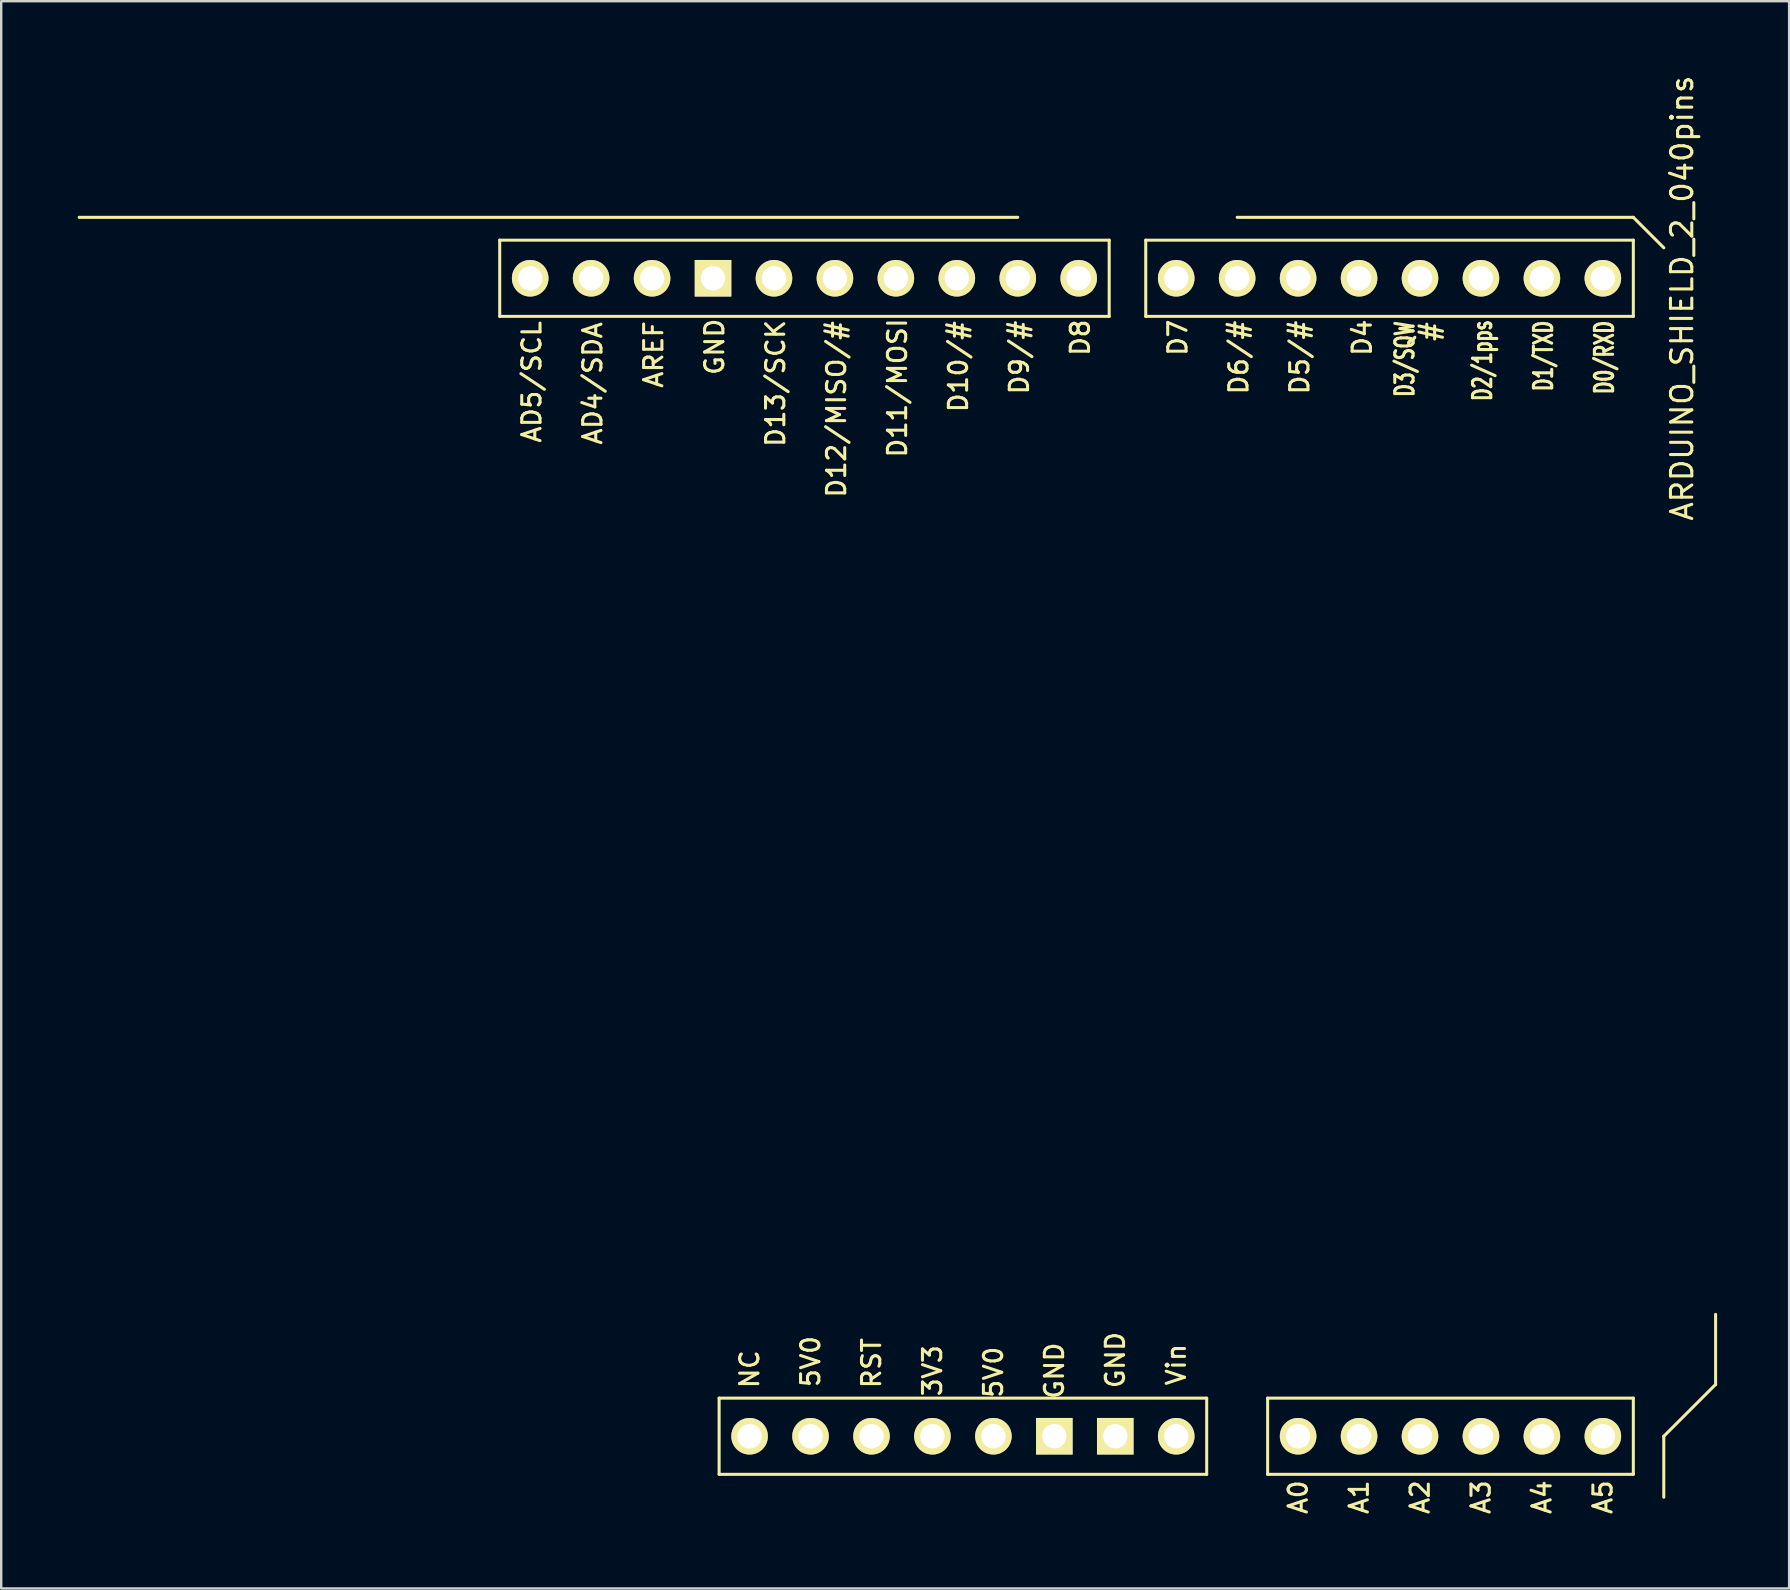
<source format=kicad_pcb>
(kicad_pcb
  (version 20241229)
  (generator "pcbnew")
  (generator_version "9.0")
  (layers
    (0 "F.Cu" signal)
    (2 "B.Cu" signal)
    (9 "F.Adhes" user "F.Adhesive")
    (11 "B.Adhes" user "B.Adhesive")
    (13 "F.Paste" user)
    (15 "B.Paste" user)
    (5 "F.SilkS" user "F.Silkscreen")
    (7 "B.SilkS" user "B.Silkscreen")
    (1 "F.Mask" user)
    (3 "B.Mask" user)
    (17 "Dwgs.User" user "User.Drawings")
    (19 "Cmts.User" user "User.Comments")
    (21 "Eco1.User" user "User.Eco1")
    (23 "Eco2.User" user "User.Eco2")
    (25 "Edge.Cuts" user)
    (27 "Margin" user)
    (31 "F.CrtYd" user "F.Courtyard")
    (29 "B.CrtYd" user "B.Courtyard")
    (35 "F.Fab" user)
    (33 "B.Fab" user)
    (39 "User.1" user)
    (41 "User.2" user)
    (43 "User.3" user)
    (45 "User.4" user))
  (footprint "ARDUINO_SHIELD_2_040pins"
    (layer "F.Cu")
    (at 0.25 59.347)
    (property "Reference" "ARDUINO_SHIELD_2_040pins" (at 66.802 -49.974 90) (layer "F.SilkS") (effects (font (size 0.889 0.889) (thickness 0.127))))
    (attr smd)
    (fp_line (start 0 -53.34) (end 39.116 -53.34) (stroke (width 0.127) (type solid)) (layer "F.SilkS"))
    (fp_line (start 17.526 -52.388) (end 17.526 -49.212) (stroke (width 0.127) (type solid)) (layer "F.SilkS"))
    (fp_line (start 17.526 -49.212) (end 42.926 -49.212) (stroke (width 0.127) (type solid)) (layer "F.SilkS"))
    (fp_line (start 26.67 -4.128) (end 26.67 -0.953) (stroke (width 0.127) (type solid)) (layer "F.SilkS"))
    (fp_line (start 26.67 -0.953) (end 46.99 -0.953) (stroke (width 0.127) (type solid)) (layer "F.SilkS"))
    (fp_line (start 42.926 -52.388) (end 17.526 -52.388) (stroke (width 0.127) (type solid)) (layer "F.SilkS"))
    (fp_line (start 42.926 -49.212) (end 42.926 -52.388) (stroke (width 0.127) (type solid)) (layer "F.SilkS"))
    (fp_line (start 44.45 -52.388) (end 44.45 -49.212) (stroke (width 0.127) (type solid)) (layer "F.SilkS"))
    (fp_line (start 44.45 -49.212) (end 64.77 -49.212) (stroke (width 0.127) (type solid)) (layer "F.SilkS"))
    (fp_line (start 46.99 -4.128) (end 26.67 -4.128) (stroke (width 0.127) (type solid)) (layer "F.SilkS"))
    (fp_line (start 46.99 -0.953) (end 46.99 -4.128) (stroke (width 0.127) (type solid)) (layer "F.SilkS"))
    (fp_line (start 49.53 -4.128) (end 49.53 -0.953) (stroke (width 0.127) (type solid)) (layer "F.SilkS"))
    (fp_line (start 49.53 -4.128) (end 64.77 -4.128) (stroke (width 0.127) (type solid)) (layer "F.SilkS"))
    (fp_line (start 64.77 -53.34) (end 48.26 -53.34) (stroke (width 0.127) (type solid)) (layer "F.SilkS"))
    (fp_line (start 64.77 -52.388) (end 44.45 -52.388) (stroke (width 0.127) (type solid)) (layer "F.SilkS"))
    (fp_line (start 64.77 -49.212) (end 64.77 -52.388) (stroke (width 0.127) (type solid)) (layer "F.SilkS"))
    (fp_line (start 64.77 -0.953) (end 49.53 -0.953) (stroke (width 0.127) (type solid)) (layer "F.SilkS"))
    (fp_line (start 64.77 -0.953) (end 64.77 -4.128) (stroke (width 0.127) (type solid)) (layer "F.SilkS"))
    (fp_line (start 66.04 -52.07) (end 64.77 -53.34) (stroke (width 0.127) (type solid)) (layer "F.SilkS"))
    (fp_line (start 66.04 0) (end 66.04 -2.54) (stroke (width 0.127) (type solid)) (layer "F.SilkS"))
    (fp_line (start 68.199 -4.699) (end 66.04 -2.54) (stroke (width 0.127) (type solid)) (layer "F.SilkS"))
    (fp_line (start 68.199 -4.699) (end 68.199 -7.62) (stroke (width 0.127) (type solid)) (layer "F.SilkS"))
    (fp_text user "#" (at 56.325 -48.578 90) (layer "F.SilkS") (effects (font (size 0.762 0.762) (thickness 0.127))))
    (fp_text user "D0/RXD" (at 63.563 -47.498 90) (layer "F.SilkS") (effects (font (size 0.762 0.508) (thickness 0.127))))
    (fp_text user "GND" (at 26.48 -47.943 90) (layer "F.SilkS") (effects (font (size 0.762 0.762) (thickness 0.127))))
    (fp_text user "D2/1pps" (at 58.483 -47.371 90) (layer "F.SilkS") (effects (font (size 0.762 0.508) (thickness 0.127))))
    (fp_text user "D7" (at 45.783 -48.324 90) (layer "F.SilkS") (effects (font (size 0.762 0.762) (thickness 0.127))))
    (fp_text user "GND" (at 43.18 -5.715 90) (layer "F.SilkS") (effects (font (size 0.762 0.762) (thickness 0.127))))
    (fp_text user "D1/TXD" (at 61.023 -47.562 90) (layer "F.SilkS") (effects (font (size 0.762 0.508) (thickness 0.127))))
    (fp_text user "A2" (at 55.88 0 90) (layer "F.SilkS") (effects (font (size 0.762 0.762) (thickness 0.127))))
    (fp_text user "Vin" (at 45.72 -5.524 90) (layer "F.SilkS") (effects (font (size 0.762 0.762) (thickness 0.127))))
    (fp_text user "D8" (at 41.719 -48.324 90) (layer "F.SilkS") (effects (font (size 0.762 0.762) (thickness 0.127))))
    (fp_text user "D10/#" (at 36.639 -47.117 90) (layer "F.SilkS") (effects (font (size 0.762 0.762) (thickness 0.127))))
    (fp_text user "D11/MOSI" (at 34.099 -46.228 90) (layer "F.SilkS") (effects (font (size 0.762 0.762) (thickness 0.127))))
    (fp_text user "5V0" (at 30.48 -5.652 90) (layer "F.SilkS") (effects (font (size 0.762 0.762) (thickness 0.127))))
    (fp_text user "AD4/SDA" (at 21.399 -46.419 90) (layer "F.SilkS") (effects (font (size 0.762 0.762) (thickness 0.127))))
    (fp_text user "GND" (at 40.64 -5.271 90) (layer "F.SilkS") (effects (font (size 0.762 0.762) (thickness 0.127))))
    (fp_text user "AD5/SCL" (at 18.86 -46.482 90) (layer "F.SilkS") (effects (font (size 0.762 0.762) (thickness 0.127))))
    (fp_text user "D12/MISO/#" (at 31.559 -45.339 90) (layer "F.SilkS") (effects (font (size 0.762 0.762) (thickness 0.127))))
    (fp_text user "3V3" (at 35.56 -5.271 90) (layer "F.SilkS") (effects (font (size 0.762 0.762) (thickness 0.127))))
    (fp_text user "D13/SCK" (at 29.02 -46.419 90) (layer "F.SilkS") (effects (font (size 0.762 0.762) (thickness 0.127))))
    (fp_text user "D5/#" (at 50.864 -47.498 90) (layer "F.SilkS") (effects (font (size 0.762 0.762) (thickness 0.127))))
    (fp_text user "NC" (at 27.94 -5.334 90) (layer "F.SilkS") (effects (font (size 0.762 0.762) (thickness 0.127))))
    (fp_text user "AREF" (at 23.939 -47.625 90) (layer "F.SilkS") (effects (font (size 0.762 0.762) (thickness 0.127))))
    (fp_text user "A3" (at 58.42 0 90) (layer "F.SilkS") (effects (font (size 0.762 0.762) (thickness 0.127))))
    (fp_text user "D4" (at 53.467 -48.324 90) (layer "F.SilkS") (effects (font (size 0.762 0.762) (thickness 0.127))))
    (fp_text user "5V0" (at 38.1 -5.207 90) (layer "F.SilkS") (effects (font (size 0.762 0.762) (thickness 0.127))))
    (fp_text user "D9/#" (at 39.179 -47.498 90) (layer "F.SilkS") (effects (font (size 0.762 0.762) (thickness 0.127))))
    (fp_text user "A5" (at 63.5 0 90) (layer "F.SilkS") (effects (font (size 0.762 0.762) (thickness 0.127))))
    (fp_text user "A0" (at 50.8 0 90) (layer "F.SilkS") (effects (font (size 0.762 0.762) (thickness 0.127))))
    (fp_text user "A4" (at 60.96 0 90) (layer "F.SilkS") (effects (font (size 0.762 0.762) (thickness 0.127))))
    (fp_text user "D6/#" (at 48.324 -47.498 90) (layer "F.SilkS") (effects (font (size 0.762 0.762) (thickness 0.127))))
    (fp_text user "A1" (at 53.34 0 90) (layer "F.SilkS") (effects (font (size 0.762 0.762) (thickness 0.127))))
    (fp_text user "D3/SQW" (at 55.245 -47.434 90) (layer "F.SilkS") (effects (font (size 0.762 0.508) (thickness 0.127))))
    (fp_text user "RST" (at 33.02 -5.588 90) (layer "F.SilkS") (effects (font (size 0.762 0.762) (thickness 0.127))))
    (pad "0" thru_hole circle (at 63.5 -50.8) (size 1.524 1.524) (drill 1.016) (layers "*.Cu" "*.Mask" "F.SilkS"))
    (pad "1" thru_hole circle (at 60.96 -50.8) (size 1.524 1.524) (drill 1.016) (layers "*.Cu" "*.Mask" "F.SilkS"))
    (pad "2" thru_hole circle (at 58.42 -50.8) (size 1.524 1.524) (drill 1.016) (layers "*.Cu" "*.Mask" "F.SilkS"))
    (pad "3" thru_hole circle (at 55.88 -50.8) (size 1.524 1.524) (drill 1.016) (layers "*.Cu" "*.Mask" "F.SilkS"))
    (pad "3V3" thru_hole circle (at 35.56 -2.54) (size 1.524 1.524) (drill 1.016) (layers "*.Cu" "*.Mask" "F.SilkS"))
    (pad "4" thru_hole circle (at 53.34 -50.8) (size 1.524 1.524) (drill 1.016) (layers "*.Cu" "*.Mask" "F.SilkS"))
    (pad "5" thru_hole circle (at 50.8 -50.8) (size 1.524 1.524) (drill 1.016) (layers "*.Cu" "*.Mask" "F.SilkS"))
    (pad "5V" thru_hole circle (at 30.48 -2.54) (size 1.524 1.524) (drill 1.016) (layers "*.Cu" "*.Mask" "F.SilkS"))
    (pad "5V" thru_hole circle (at 38.1 -2.54) (size 1.524 1.524) (drill 1.016) (layers "*.Cu" "*.Mask" "F.SilkS"))
    (pad "6" thru_hole circle (at 48.26 -50.8) (size 1.524 1.524) (drill 1.016) (layers "*.Cu" "*.Mask" "F.SilkS"))
    (pad "7" thru_hole circle (at 45.72 -50.8) (size 1.524 1.524) (drill 1.016) (layers "*.Cu" "*.Mask" "F.SilkS"))
    (pad "8" thru_hole circle (at 41.656 -50.8) (size 1.524 1.524) (drill 1.016) (layers "*.Cu" "*.Mask" "F.SilkS"))
    (pad "9" thru_hole circle (at 39.116 -50.8) (size 1.524 1.524) (drill 1.016) (layers "*.Cu" "*.Mask" "F.SilkS"))
    (pad "10" thru_hole circle (at 36.576 -50.8) (size 1.524 1.524) (drill 1.016) (layers "*.Cu" "*.Mask" "F.SilkS"))
    (pad "11" thru_hole circle (at 34.036 -50.8) (size 1.524 1.524) (drill 1.016) (layers "*.Cu" "*.Mask" "F.SilkS"))
    (pad "12" thru_hole circle (at 31.496 -50.8) (size 1.524 1.524) (drill 1.016) (layers "*.Cu" "*.Mask" "F.SilkS"))
    (pad "13" thru_hole circle (at 28.956 -50.8) (size 1.524 1.524) (drill 1.016) (layers "*.Cu" "*.Mask" "F.SilkS"))
    (pad "AD0" thru_hole circle (at 50.8 -2.54) (size 1.524 1.524) (drill 1.016) (layers "*.Cu" "*.Mask" "F.SilkS"))
    (pad "AD1" thru_hole circle (at 53.34 -2.54) (size 1.524 1.524) (drill 1.016) (layers "*.Cu" "*.Mask" "F.SilkS"))
    (pad "AD2" thru_hole circle (at 55.88 -2.54) (size 1.524 1.524) (drill 1.016) (layers "*.Cu" "*.Mask" "F.SilkS"))
    (pad "AD3" thru_hole circle (at 58.42 -2.54) (size 1.524 1.524) (drill 1.016) (layers "*.Cu" "*.Mask" "F.SilkS"))
    (pad "AD4" thru_hole circle (at 21.336 -50.8) (size 1.524 1.524) (drill 1.016) (layers "*.Cu" "*.Mask" "F.SilkS"))
    (pad "AD4" thru_hole circle (at 60.96 -2.54) (size 1.524 1.524) (drill 1.016) (layers "*.Cu" "*.Mask" "F.SilkS"))
    (pad "AD5" thru_hole circle (at 18.796 -50.8) (size 1.524 1.524) (drill 1.016) (layers "*.Cu" "*.Mask" "F.SilkS"))
    (pad "AD5" thru_hole circle (at 63.5 -2.54) (size 1.524 1.524) (drill 1.016) (layers "*.Cu" "*.Mask" "F.SilkS"))
    (pad "AREF" thru_hole circle (at 23.876 -50.8) (size 1.524 1.524) (drill 1.016) (layers "*.Cu" "*.Mask" "F.SilkS"))
    (pad "GND1" thru_hole rect (at 40.64 -2.54 90) (size 1.524 1.524) (drill 1.016) (layers "*.Cu" "*.Mask" "F.SilkS"))
    (pad "GND2" thru_hole rect (at 43.18 -2.54 90) (size 1.524 1.524) (drill 1.016) (layers "*.Cu" "*.Mask" "F.SilkS"))
    (pad "GND3" thru_hole rect (at 26.416 -50.8 90) (size 1.524 1.524) (drill 1.016) (layers "*.Cu" "*.Mask" "F.SilkS"))
    (pad "NC" thru_hole circle (at 27.94 -2.54) (size 1.524 1.524) (drill 1.016) (layers "*.Cu" "*.Mask" "F.SilkS"))
    (pad "RST" thru_hole circle (at 33.02 -2.54) (size 1.524 1.524) (drill 1.016) (layers "*.Cu" "*.Mask" "F.SilkS"))
    (pad "V_IN" thru_hole circle (at 45.72 -2.54) (size 1.524 1.524) (drill 1.016) (layers "*.Cu" "*.Mask" "F.SilkS")))
  (gr_rect
    (start -3 -3)
    (end 71.513 63.151)
    (stroke (width 0.1) (type default))
    (fill no)
    (layer "Edge.Cuts")))
</source>
